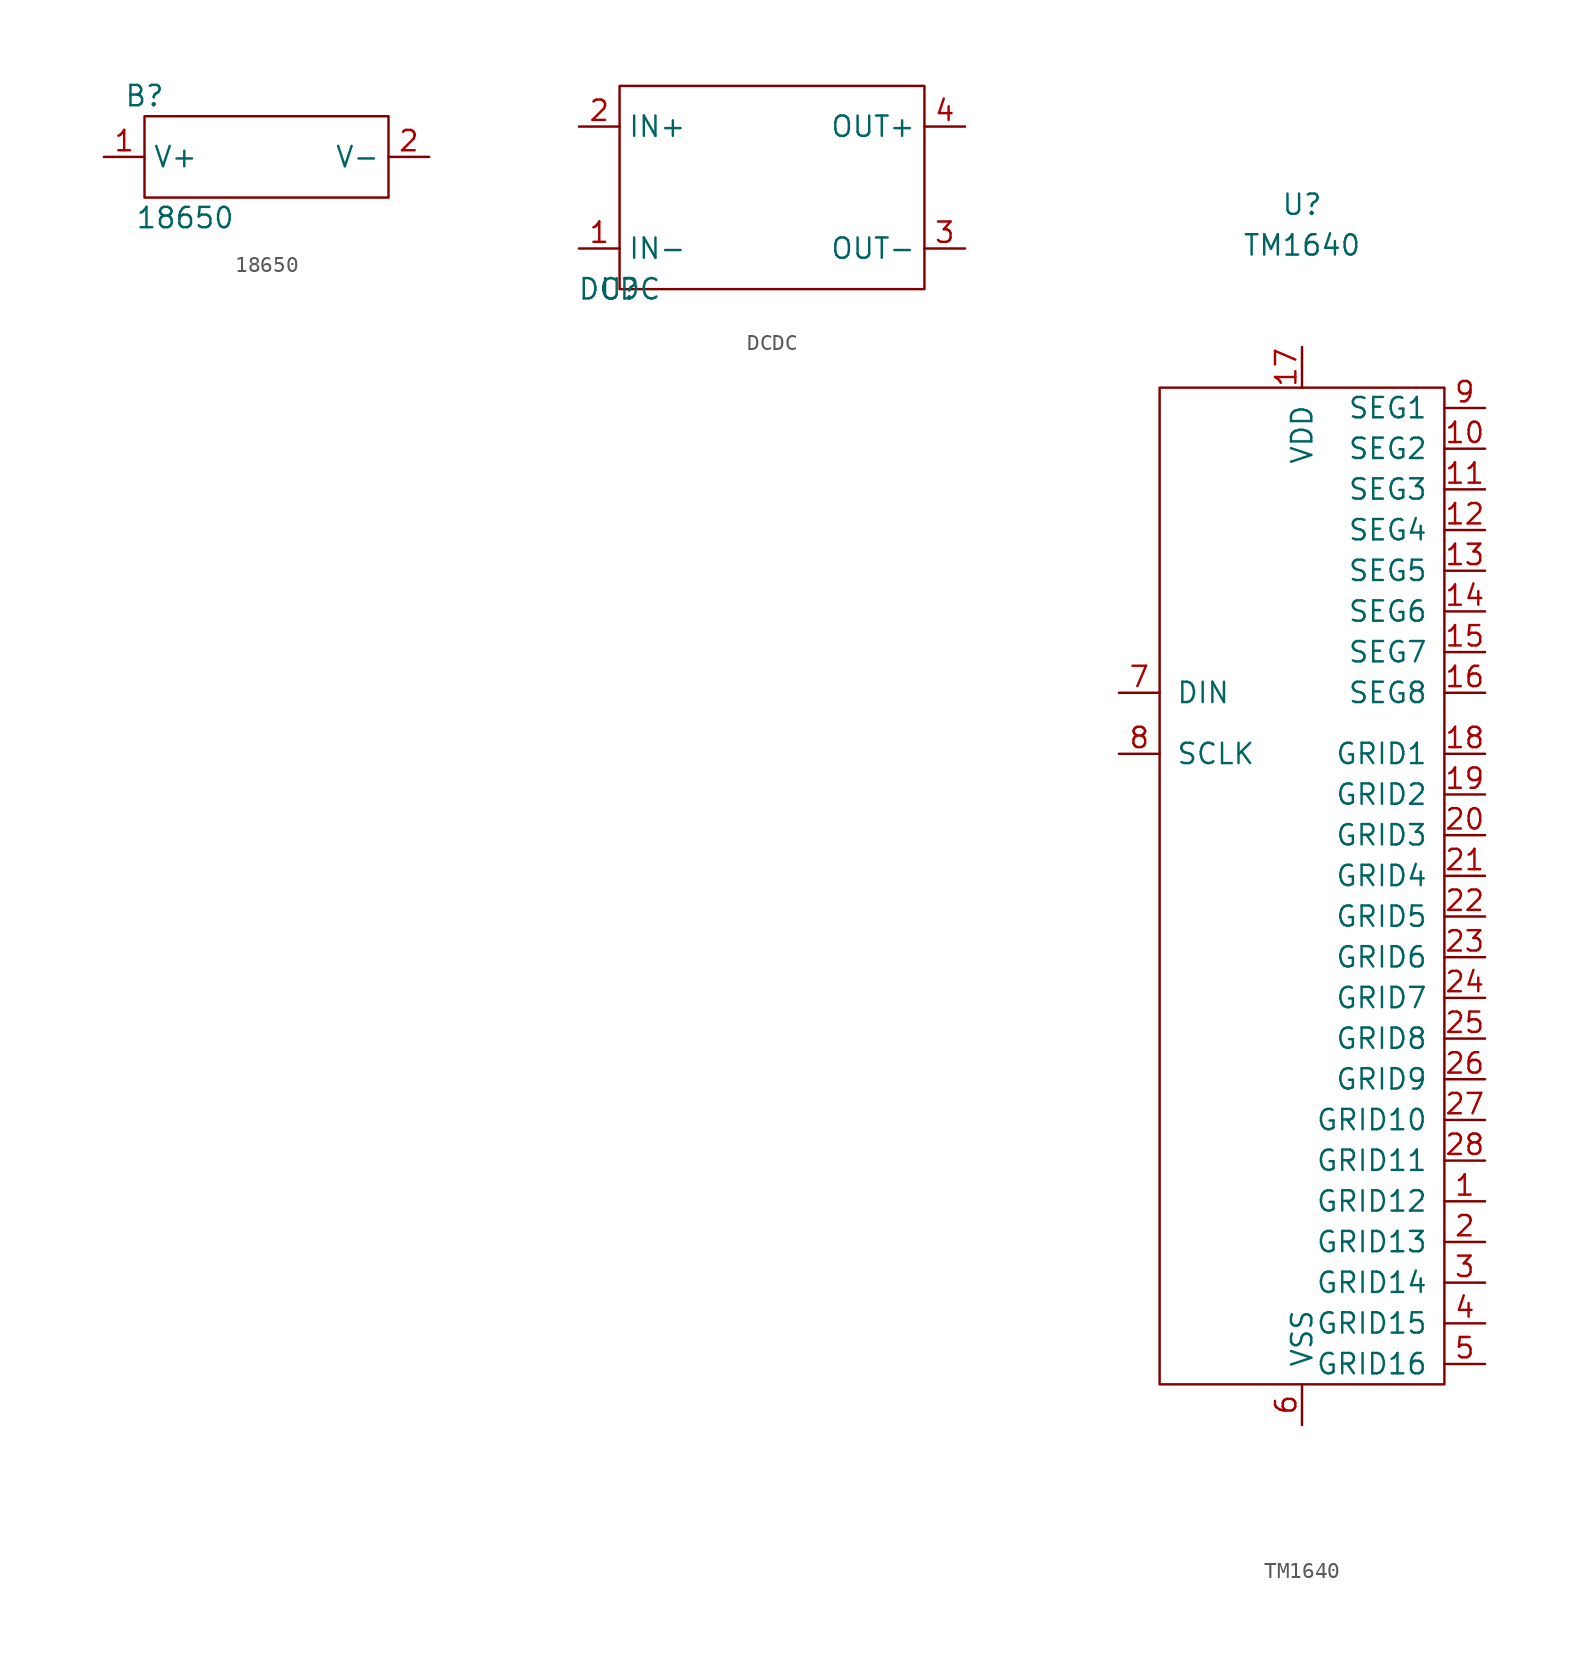
<source format=kicad_sym>
(kicad_symbol_lib
  (version 20211014)
  (generator kicad_symbol_editor)
  (symbol "18650"
    (property "Reference" "B"
      (at 0 6.35 0)
      (effects (font (size 1.27 1.27))))
    (property "Value" "18650"
      (at 2.54 -1.27 0)
      (effects (font (size 1.27 1.27))))
    (symbol "18650_0_1"
      (rectangle (start 0 5.08) (end 15.24 0) (stroke (width 0) (type default) (color 0 0 0 0)) (fill (type none))))
    (symbol "18650_1_1"
      (pin input line (at -2.54 2.54 0) (length 2.54) (name "V+" (effects (font (size 1.27 1.27)))) (number "1" (effects (font (size 1.27 1.27)))))
      (pin input line (at 17.78 2.54 180) (length 2.54) (name "V-" (effects (font (size 1.27 1.27)))) (number "2" (effects (font (size 1.27 1.27)))))))
  (symbol "DCDC"
    (property "Reference" "U"
      (at 0 0 0)
      (effects (font (size 1.27 1.27))))
    (property "Value" "DCDC"
      (at 0 0 0)
      (effects (font (size 1.27 1.27))))
    (symbol "DCDC_0_1"
      (rectangle (start 0 0) (end 19.05 12.7) (stroke (width 0) (type default) (color 0 0 0 0)) (fill (type none))))
    (symbol "DCDC_1_1"
      (pin passive line (at -2.54 2.54 0) (length 2.54) (name "IN-" (effects (font (size 1.27 1.27)))) (number "1" (effects (font (size 1.27 1.27)))))
      (pin passive line (at -2.54 10.16 0) (length 2.54) (name "IN+" (effects (font (size 1.27 1.27)))) (number "2" (effects (font (size 1.27 1.27)))))
      (pin passive line (at 21.59 2.54 180) (length 2.54) (name "OUT-" (effects (font (size 1.27 1.27)))) (number "3" (effects (font (size 1.27 1.27)))))
      (pin passive line (at 21.59 10.16 180) (length 2.54) (name "OUT+" (effects (font (size 1.27 1.27)))) (number "4" (effects (font (size 1.27 1.27)))))))
  (symbol "TM1640"
    (pin_names
      (offset 1.016))
    (property "Reference" "U"
      (at 0 16.51 0)
      (effects (font (size 1.27 1.27))))
    (property "Value" "TM1640"
      (at 0 13.97 0)
      (effects (font (size 1.27 1.27))))
    (symbol "TM1640_0_1"
      (rectangle (start 8.89 -57.15) (end -8.89 5.08) (stroke (width 0) (type default) (color 0 0 0 0)) (fill (type none))))
    (symbol "TM1640_1_1"
      (pin output line (at 11.43 -45.72 180) (length 2.54) (name "GRID12" (effects (font (size 1.27 1.27)))) (number "1" (effects (font (size 1.27 1.27)))))
      (pin output line (at 11.43 1.27 180) (length 2.54) (name "SEG2" (effects (font (size 1.27 1.27)))) (number "10" (effects (font (size 1.27 1.27)))))
      (pin output line (at 11.43 -1.27 180) (length 2.54) (name "SEG3" (effects (font (size 1.27 1.27)))) (number "11" (effects (font (size 1.27 1.27)))))
      (pin output line (at 11.43 -3.81 180) (length 2.54) (name "SEG4" (effects (font (size 1.27 1.27)))) (number "12" (effects (font (size 1.27 1.27)))))
      (pin output line (at 11.43 -6.35 180) (length 2.54) (name "SEG5" (effects (font (size 1.27 1.27)))) (number "13" (effects (font (size 1.27 1.27)))))
      (pin output line (at 11.43 -8.89 180) (length 2.54) (name "SEG6" (effects (font (size 1.27 1.27)))) (number "14" (effects (font (size 1.27 1.27)))))
      (pin output line (at 11.43 -11.43 180) (length 2.54) (name "SEG7" (effects (font (size 1.27 1.27)))) (number "15" (effects (font (size 1.27 1.27)))))
      (pin output line (at 11.43 -13.97 180) (length 2.54) (name "SEG8" (effects (font (size 1.27 1.27)))) (number "16" (effects (font (size 1.27 1.27)))))
      (pin input line (at 0 7.62 270) (length 2.54) (name "VDD" (effects (font (size 1.27 1.27)))) (number "17" (effects (font (size 1.27 1.27)))))
      (pin output line (at 11.43 -17.78 180) (length 2.54) (name "GRID1" (effects (font (size 1.27 1.27)))) (number "18" (effects (font (size 1.27 1.27)))))
      (pin output line (at 11.43 -20.32 180) (length 2.54) (name "GRID2" (effects (font (size 1.27 1.27)))) (number "19" (effects (font (size 1.27 1.27)))))
      (pin output line (at 11.43 -48.26 180) (length 2.54) (name "GRID13" (effects (font (size 1.27 1.27)))) (number "2" (effects (font (size 1.27 1.27)))))
      (pin output line (at 11.43 -22.86 180) (length 2.54) (name "GRID3" (effects (font (size 1.27 1.27)))) (number "20" (effects (font (size 1.27 1.27)))))
      (pin output line (at 11.43 -25.4 180) (length 2.54) (name "GRID4" (effects (font (size 1.27 1.27)))) (number "21" (effects (font (size 1.27 1.27)))))
      (pin output line (at 11.43 -27.94 180) (length 2.54) (name "GRID5" (effects (font (size 1.27 1.27)))) (number "22" (effects (font (size 1.27 1.27)))))
      (pin output line (at 11.43 -30.48 180) (length 2.54) (name "GRID6" (effects (font (size 1.27 1.27)))) (number "23" (effects (font (size 1.27 1.27)))))
      (pin output line (at 11.43 -33.02 180) (length 2.54) (name "GRID7" (effects (font (size 1.27 1.27)))) (number "24" (effects (font (size 1.27 1.27)))))
      (pin output line (at 11.43 -35.56 180) (length 2.54) (name "GRID8" (effects (font (size 1.27 1.27)))) (number "25" (effects (font (size 1.27 1.27)))))
      (pin output line (at 11.43 -38.1 180) (length 2.54) (name "GRID9" (effects (font (size 1.27 1.27)))) (number "26" (effects (font (size 1.27 1.27)))))
      (pin output line (at 11.43 -40.64 180) (length 2.54) (name "GRID10" (effects (font (size 1.27 1.27)))) (number "27" (effects (font (size 1.27 1.27)))))
      (pin output line (at 11.43 -43.18 180) (length 2.54) (name "GRID11" (effects (font (size 1.27 1.27)))) (number "28" (effects (font (size 1.27 1.27)))))
      (pin output line (at 11.43 -50.8 180) (length 2.54) (name "GRID14" (effects (font (size 1.27 1.27)))) (number "3" (effects (font (size 1.27 1.27)))))
      (pin output line (at 11.43 -53.34 180) (length 2.54) (name "GRID15" (effects (font (size 1.27 1.27)))) (number "4" (effects (font (size 1.27 1.27)))))
      (pin output line (at 11.43 -55.88 180) (length 2.54) (name "GRID16" (effects (font (size 1.27 1.27)))) (number "5" (effects (font (size 1.27 1.27)))))
      (pin output line (at 0 -59.69 90) (length 2.54) (name "VSS" (effects (font (size 1.27 1.27)))) (number "6" (effects (font (size 1.27 1.27)))))
      (pin input line (at -11.43 -13.97 0) (length 2.54) (name "DIN" (effects (font (size 1.27 1.27)))) (number "7" (effects (font (size 1.27 1.27)))))
      (pin input line (at -11.43 -17.78 0) (length 2.54) (name "SCLK" (effects (font (size 1.27 1.27)))) (number "8" (effects (font (size 1.27 1.27)))))
      (pin output line (at 11.43 3.81 180) (length 2.54) (name "SEG1" (effects (font (size 1.27 1.27)))) (number "9" (effects (font (size 1.27 1.27))))))))
</source>
